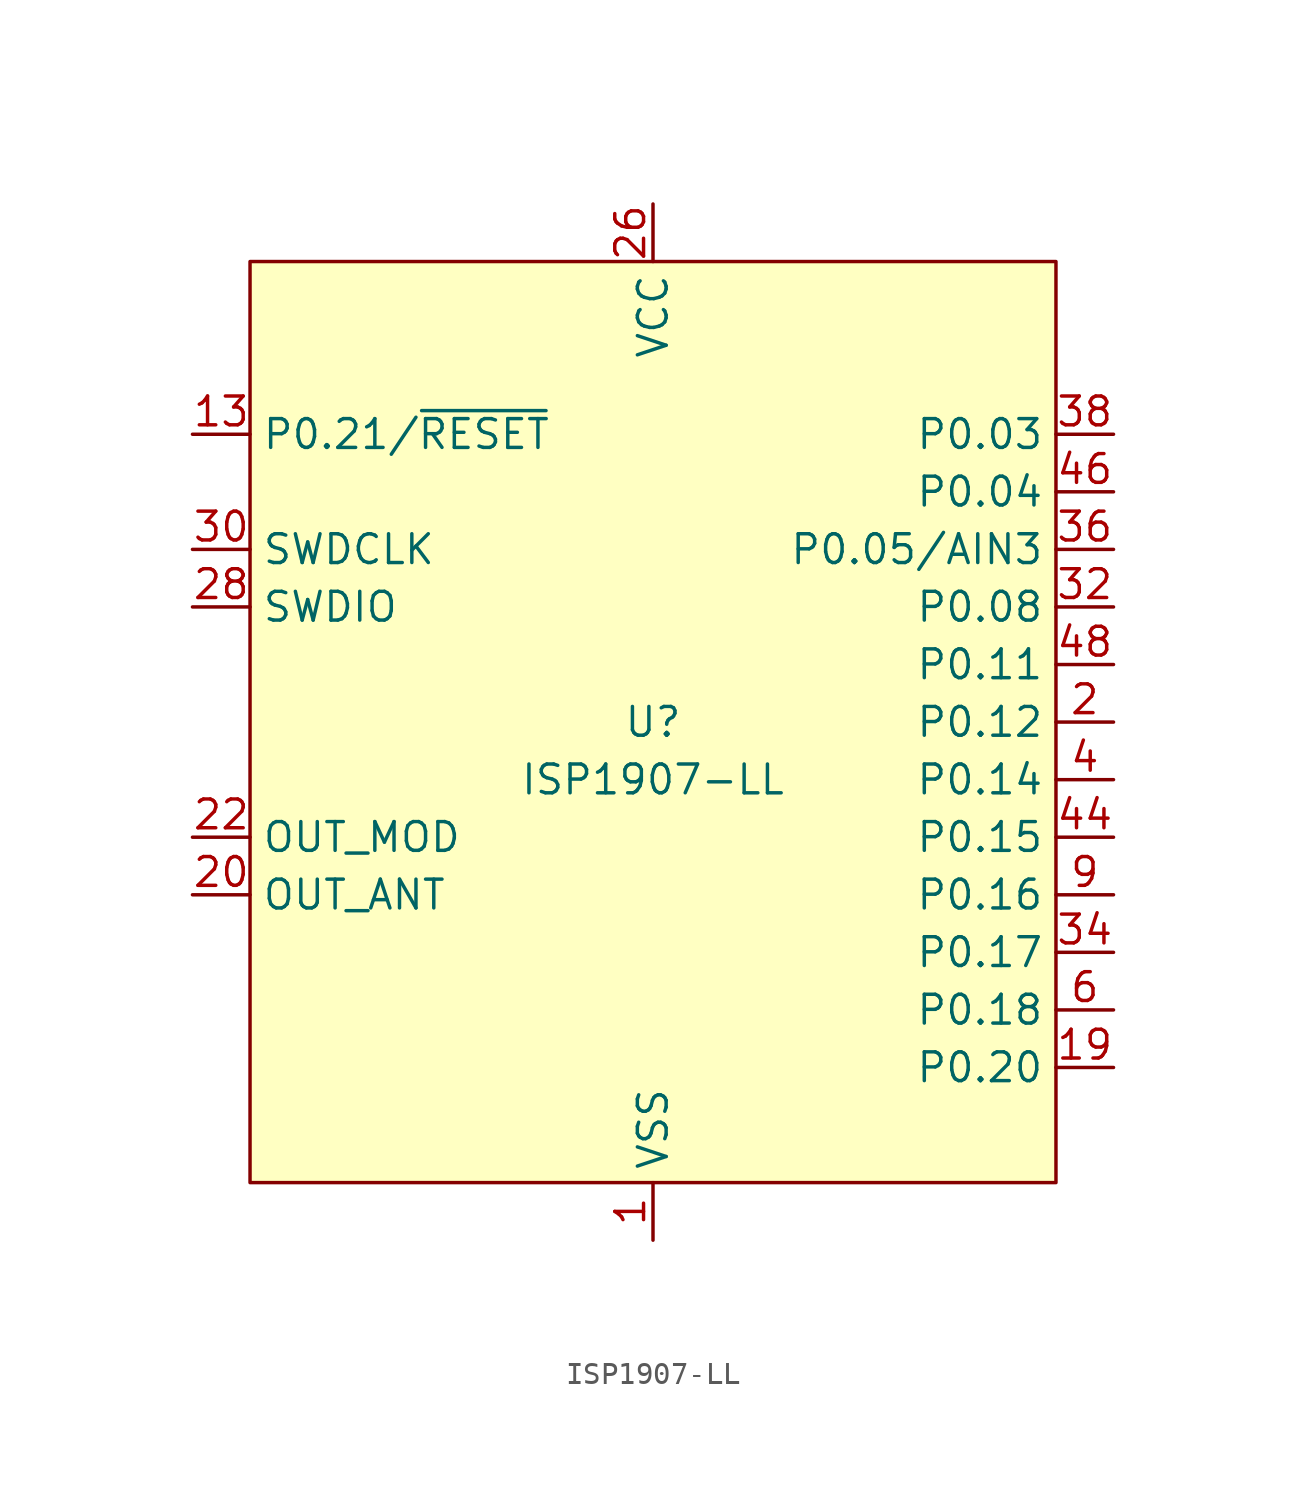
<source format=kicad_sym>
(kicad_symbol_lib
  (version 20231120)
  (generator "kicad_symbol_editor")
  (generator_version "8.0")
  (symbol "ISP1907-LL"
    (property "Reference" "U"
      (at 0 0 0)
      (do_not_autoplace)
      (effects (font (size 1.27 1.27))))
    (property "Value" "ISP1907-LL"
      (at 0 -2.54 0)
      (do_not_autoplace)
      (effects (font (size 1.27 1.27))))
    (symbol "ISP1907-LL_0_0"
      (pin power_in line (at 0 -22.86 90) (length 2.54) (name "VSS" (effects (font (size 1.27 1.27)))) (number "1" (effects (font (size 1.27 1.27)))))
      (pin passive line (at 0 -22.86 90) (length 2.54) hide (name "VSS" (effects (font (size 1.27 1.27)))) (number "10" (effects (font (size 1.27 1.27)))))
      (pin no_connect line (at -7.62 20.32 270) (length 2.54) hide (name "NC" (effects (font (size 1.27 1.27)))) (number "11" (effects (font (size 1.27 1.27)))))
      (pin passive line (at 0 -22.86 90) (length 2.54) hide (name "VSS" (effects (font (size 1.27 1.27)))) (number "12" (effects (font (size 1.27 1.27)))))
      (pin bidirectional line (at -20.32 12.7 0) (length 2.54) (name "P0.21/~{RESET}" (effects (font (size 1.27 1.27)))) (number "13" (effects (font (size 1.27 1.27)))))
      (pin passive line (at 0 -22.86 90) (length 2.54) hide (name "VSS" (effects (font (size 1.27 1.27)))) (number "14" (effects (font (size 1.27 1.27)))))
      (pin no_connect line (at -10.16 20.32 270) (length 2.54) hide (name "NC" (effects (font (size 1.27 1.27)))) (number "15" (effects (font (size 1.27 1.27)))))
      (pin passive line (at 0 -22.86 90) (length 2.54) hide (name "VSS" (effects (font (size 1.27 1.27)))) (number "16" (effects (font (size 1.27 1.27)))))
      (pin no_connect line (at -12.7 20.32 270) (length 2.54) hide (name "NC" (effects (font (size 1.27 1.27)))) (number "17" (effects (font (size 1.27 1.27)))))
      (pin passive line (at 0 -22.86 90) (length 2.54) hide (name "VSS" (effects (font (size 1.27 1.27)))) (number "18" (effects (font (size 1.27 1.27)))))
      (pin bidirectional line (at 20.32 -15.24 180) (length 2.54) (name "P0.20" (effects (font (size 1.27 1.27)))) (number "19" (effects (font (size 1.27 1.27)))))
      (pin bidirectional line (at 20.32 0 180) (length 2.54) (name "P0.12" (effects (font (size 1.27 1.27)))) (number "2" (effects (font (size 1.27 1.27)))))
      (pin input line (at -20.32 -7.62 0) (length 2.54) (name "OUT_ANT" (effects (font (size 1.27 1.27)))) (number "20" (effects (font (size 1.27 1.27)))))
      (pin passive line (at 0 -22.86 90) (length 2.54) hide (name "VSS" (effects (font (size 1.27 1.27)))) (number "21" (effects (font (size 1.27 1.27)))))
      (pin output line (at -20.32 -5.08 0) (length 2.54) (name "OUT_MOD" (effects (font (size 1.27 1.27)))) (number "22" (effects (font (size 1.27 1.27)))))
      (pin passive line (at 0 -22.86 90) (length 2.54) hide (name "VSS" (effects (font (size 1.27 1.27)))) (number "23" (effects (font (size 1.27 1.27)))))
      (pin passive line (at 0 -22.86 90) (length 2.54) hide (name "VSS" (effects (font (size 1.27 1.27)))) (number "24" (effects (font (size 1.27 1.27)))))
      (pin passive line (at 0 -22.86 90) (length 2.54) hide (name "VSS" (effects (font (size 1.27 1.27)))) (number "25" (effects (font (size 1.27 1.27)))))
      (pin power_in line (at 0 22.86 270) (length 2.54) (name "VCC" (effects (font (size 1.27 1.27)))) (number "26" (effects (font (size 1.27 1.27)))))
      (pin no_connect line (at -15.24 20.32 270) (length 2.54) hide (name "NC" (effects (font (size 1.27 1.27)))) (number "27" (effects (font (size 1.27 1.27)))))
      (pin bidirectional line (at -20.32 5.08 0) (length 2.54) (name "SWDIO" (effects (font (size 1.27 1.27)))) (number "28" (effects (font (size 1.27 1.27)))))
      (pin no_connect line (at -17.78 20.32 270) (length 2.54) hide (name "NC" (effects (font (size 1.27 1.27)))) (number "29" (effects (font (size 1.27 1.27)))))
      (pin no_connect line (at -2.54 20.32 270) (length 2.54) hide (name "NC" (effects (font (size 1.27 1.27)))) (number "3" (effects (font (size 1.27 1.27)))))
      (pin input line (at -20.32 7.62 0) (length 2.54) (name "SWDCLK" (effects (font (size 1.27 1.27)))) (number "30" (effects (font (size 1.27 1.27)))))
      (pin passive line (at 0 -22.86 90) (length 2.54) hide (name "VSS" (effects (font (size 1.27 1.27)))) (number "31" (effects (font (size 1.27 1.27)))))
      (pin bidirectional line (at 20.32 5.08 180) (length 2.54) (name "P0.08" (effects (font (size 1.27 1.27)))) (number "32" (effects (font (size 1.27 1.27)))))
      (pin no_connect line (at 2.54 20.32 270) (length 2.54) hide (name "NC" (effects (font (size 1.27 1.27)))) (number "33" (effects (font (size 1.27 1.27)))))
      (pin bidirectional line (at 20.32 -10.16 180) (length 2.54) (name "P0.17" (effects (font (size 1.27 1.27)))) (number "34" (effects (font (size 1.27 1.27)))))
      (pin no_connect line (at 15.24 20.32 270) (length 2.54) hide (name "NC" (effects (font (size 1.27 1.27)))) (number "35" (effects (font (size 1.27 1.27)))))
      (pin bidirectional line (at 20.32 7.62 180) (length 2.54) (name "P0.05/AIN3" (effects (font (size 1.27 1.27)))) (number "36" (effects (font (size 1.27 1.27)))))
      (pin no_connect line (at 12.7 20.32 270) (length 2.54) hide (name "NC" (effects (font (size 1.27 1.27)))) (number "37" (effects (font (size 1.27 1.27)))))
      (pin bidirectional line (at 20.32 12.7 180) (length 2.54) (name "P0.03" (effects (font (size 1.27 1.27)))) (number "38" (effects (font (size 1.27 1.27)))))
      (pin no_connect line (at 7.62 20.32 270) (length 2.54) hide (name "NC" (effects (font (size 1.27 1.27)))) (number "39" (effects (font (size 1.27 1.27)))))
      (pin bidirectional line (at 20.32 -2.54 180) (length 2.54) (name "P0.14" (effects (font (size 1.27 1.27)))) (number "4" (effects (font (size 1.27 1.27)))))
      (pin no_connect line (at 5.08 20.32 270) (length 2.54) hide (name "P0.01/XL2" (effects (font (size 1.27 1.27)))) (number "40" (effects (font (size 1.27 1.27)))))
      (pin no_connect line (at 17.78 20.32 270) (length 2.54) hide (name "NC" (effects (font (size 1.27 1.27)))) (number "41" (effects (font (size 1.27 1.27)))))
      (pin no_connect line (at 2.54 -20.32 90) (length 2.54) hide (name "P0.00/XL1" (effects (font (size 1.27 1.27)))) (number "42" (effects (font (size 1.27 1.27)))))
      (pin no_connect line (at -17.78 -20.32 90) (length 2.54) hide (name "NC" (effects (font (size 1.27 1.27)))) (number "43" (effects (font (size 1.27 1.27)))))
      (pin bidirectional line (at 20.32 -5.08 180) (length 2.54) (name "P0.15" (effects (font (size 1.27 1.27)))) (number "44" (effects (font (size 1.27 1.27)))))
      (pin no_connect line (at 10.16 20.32 270) (length 2.54) hide (name "NC" (effects (font (size 1.27 1.27)))) (number "45" (effects (font (size 1.27 1.27)))))
      (pin bidirectional line (at 20.32 10.16 180) (length 2.54) (name "P0.04" (effects (font (size 1.27 1.27)))) (number "46" (effects (font (size 1.27 1.27)))))
      (pin no_connect line (at -15.24 -20.32 90) (length 2.54) hide (name "NC" (effects (font (size 1.27 1.27)))) (number "47" (effects (font (size 1.27 1.27)))))
      (pin bidirectional line (at 20.32 2.54 180) (length 2.54) (name "P0.11" (effects (font (size 1.27 1.27)))) (number "48" (effects (font (size 1.27 1.27)))))
      (pin no_connect line (at -12.7 -20.32 90) (length 2.54) hide (name "NC" (effects (font (size 1.27 1.27)))) (number "49" (effects (font (size 1.27 1.27)))))
      (pin no_connect line (at -5.08 20.32 270) (length 2.54) hide (name "NC" (effects (font (size 1.27 1.27)))) (number "5" (effects (font (size 1.27 1.27)))))
      (pin no_connect line (at -10.16 -20.32 90) (length 2.54) hide (name "NC" (effects (font (size 1.27 1.27)))) (number "50" (effects (font (size 1.27 1.27)))))
      (pin no_connect line (at -7.62 -20.32 90) (length 2.54) hide (name "NC" (effects (font (size 1.27 1.27)))) (number "51" (effects (font (size 1.27 1.27)))))
      (pin no_connect line (at -5.08 -20.32 90) (length 2.54) hide (name "NC" (effects (font (size 1.27 1.27)))) (number "52" (effects (font (size 1.27 1.27)))))
      (pin no_connect line (at -2.54 -20.32 90) (length 2.54) hide (name "NC" (effects (font (size 1.27 1.27)))) (number "53" (effects (font (size 1.27 1.27)))))
      (pin no_connect line (at 5.08 -20.32 90) (length 2.54) hide (name "NC" (effects (font (size 1.27 1.27)))) (number "54" (effects (font (size 1.27 1.27)))))
      (pin no_connect line (at 7.62 -20.32 90) (length 2.54) hide (name "NC" (effects (font (size 1.27 1.27)))) (number "55" (effects (font (size 1.27 1.27)))))
      (pin no_connect line (at 10.16 -20.32 90) (length 2.54) hide (name "NC" (effects (font (size 1.27 1.27)))) (number "56" (effects (font (size 1.27 1.27)))))
      (pin no_connect line (at 12.7 -20.32 90) (length 2.54) hide (name "NC" (effects (font (size 1.27 1.27)))) (number "57" (effects (font (size 1.27 1.27)))))
      (pin no_connect line (at 15.24 -20.32 90) (length 2.54) hide (name "NC" (effects (font (size 1.27 1.27)))) (number "58" (effects (font (size 1.27 1.27)))))
      (pin no_connect line (at 17.78 -20.32 90) (length 2.54) hide (name "NC" (effects (font (size 1.27 1.27)))) (number "59" (effects (font (size 1.27 1.27)))))
      (pin bidirectional line (at 20.32 -12.7 180) (length 2.54) (name "P0.18" (effects (font (size 1.27 1.27)))) (number "6" (effects (font (size 1.27 1.27)))))
      (pin no_connect line (at -17.78 -12.7 0) (length 2.54) hide (name "NC" (effects (font (size 1.27 1.27)))) (number "60" (effects (font (size 1.27 1.27)))))
      (pin no_connect line (at -17.78 -15.24 0) (length 2.54) hide (name "NC" (effects (font (size 1.27 1.27)))) (number "61" (effects (font (size 1.27 1.27)))))
      (pin no_connect line (at -17.78 -17.78 0) (length 2.54) hide (name "NC" (effects (font (size 1.27 1.27)))) (number "62" (effects (font (size 1.27 1.27)))))
      (pin passive line (at 0 -22.86 90) (length 2.54) hide (name "VSS" (effects (font (size 1.27 1.27)))) (number "7" (effects (font (size 1.27 1.27)))))
      (pin passive line (at 0 -22.86 90) (length 2.54) hide (name "VSS" (effects (font (size 1.27 1.27)))) (number "8" (effects (font (size 1.27 1.27)))))
      (pin bidirectional line (at 20.32 -7.62 180) (length 2.54) (name "P0.16" (effects (font (size 1.27 1.27)))) (number "9" (effects (font (size 1.27 1.27))))))
    (symbol "ISP1907-LL_1_1"
      (rectangle (start -17.78 20.32) (end 17.78 -20.32) (stroke (width 0) (type default)) (fill (type background))))))
</source>
